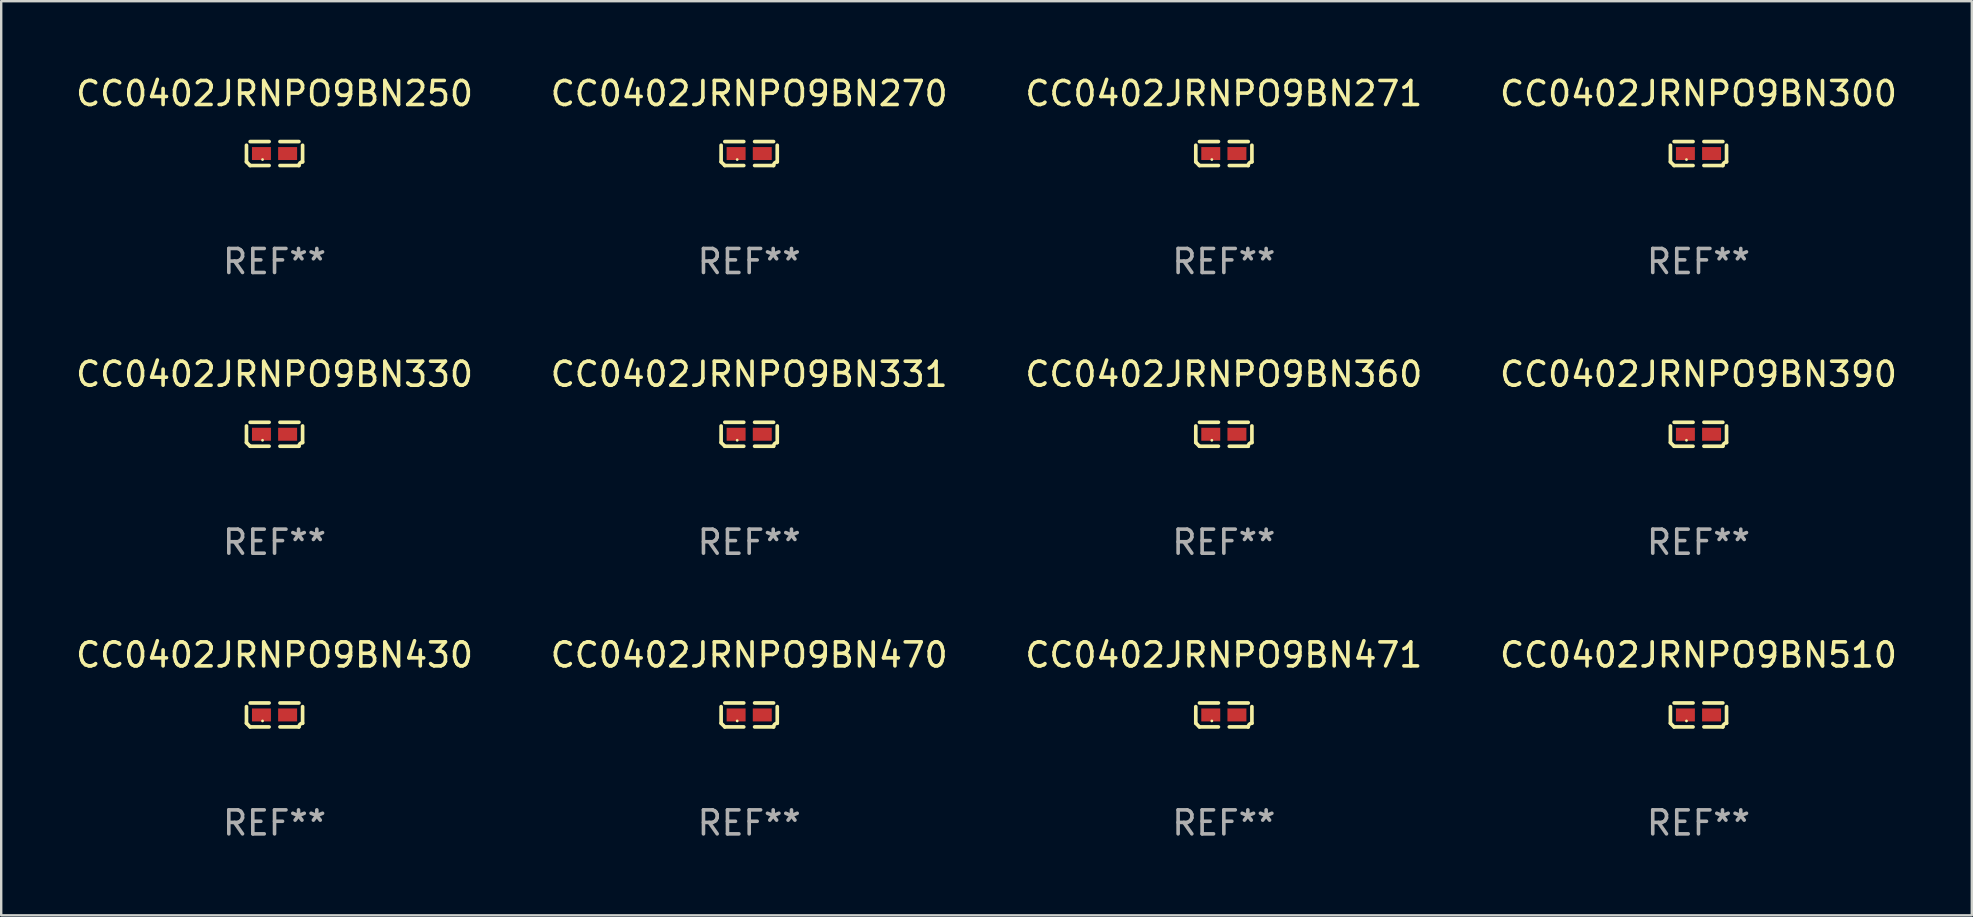
<source format=kicad_pcb>
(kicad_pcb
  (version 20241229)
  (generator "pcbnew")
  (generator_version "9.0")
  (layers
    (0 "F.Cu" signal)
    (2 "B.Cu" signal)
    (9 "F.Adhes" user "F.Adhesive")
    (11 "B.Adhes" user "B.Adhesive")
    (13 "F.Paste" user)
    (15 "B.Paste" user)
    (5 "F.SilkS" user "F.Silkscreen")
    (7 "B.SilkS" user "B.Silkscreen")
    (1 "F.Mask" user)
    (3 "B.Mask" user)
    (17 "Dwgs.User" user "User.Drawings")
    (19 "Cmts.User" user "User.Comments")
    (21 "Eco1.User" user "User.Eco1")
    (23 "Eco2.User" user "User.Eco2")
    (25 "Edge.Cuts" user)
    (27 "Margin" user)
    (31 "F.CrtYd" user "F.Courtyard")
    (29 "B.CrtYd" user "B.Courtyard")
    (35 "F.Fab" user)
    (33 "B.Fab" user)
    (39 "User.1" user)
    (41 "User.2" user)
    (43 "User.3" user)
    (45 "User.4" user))
  (footprint "CC0402JRNPO9BN510"
    (layer "F.Cu")
    (at 67.708 26.734)
    (property "Reference" "CC0402JRNPO9BN510" (at 0 -2.499 0) (layer "F.SilkS") (effects (font (size 1 1) (thickness 0.15))))
    (attr through_hole)
    (fp_line (start -1.169 0.346) (end -1.169 -0.346) (stroke (width 0.152) (type solid)) (layer "F.SilkS"))
    (fp_line (start -1.016 -0.499) (end -0.226 -0.499) (stroke (width 0.152) (type solid)) (layer "F.SilkS"))
    (fp_line (start -0.226 0.499) (end -1.016 0.499) (stroke (width 0.152) (type solid)) (layer "F.SilkS"))
    (fp_line (start 0.226 0.499) (end 1.016 0.499) (stroke (width 0.152) (type solid)) (layer "F.SilkS"))
    (fp_line (start 1.016 -0.499) (end 0.226 -0.499) (stroke (width 0.152) (type solid)) (layer "F.SilkS"))
    (fp_line (start 1.169 0.346) (end 1.169 -0.346) (stroke (width 0.152) (type solid)) (layer "F.SilkS"))
    (fp_arc (start -1.016307 0.498603) (mid -1.092512 0.422405) (end -1.16871 0.3462) (stroke (width 0.1524) (type solid)) (layer "F.SilkS"))
    (fp_arc (start 1.016307 0.498603) (mid 1.060899 0.390758) (end 1.168707 0.346076) (stroke (width 0.1524) (type solid)) (layer "F.SilkS"))
    (fp_circle (center -0.5 0.25) (end -0.47 0.25) (stroke (width 0.06) (type solid)) (fill no) (layer "F.SilkS"))
    (fp_text user "REF**" (at 0 4.499 0) (layer "F.Fab") (effects (font (size 1 1) (thickness 0.15))))
    (pad "1" smd rect (at -0.545 0) (size 0.79 0.54) (layers "F.Cu" "F.Mask" "F.Paste"))
    (pad "2" smd rect (at 0.545 0) (size 0.79 0.54) (layers "F.Cu" "F.Mask" "F.Paste")))
  (footprint "CC0402JRNPO9BN300"
    (layer "F.Cu")
    (at 67.708 3.347)
    (property "Reference" "CC0402JRNPO9BN300" (at 0 -2.499 0) (layer "F.SilkS") (effects (font (size 1 1) (thickness 0.15))))
    (attr through_hole)
    (fp_line (start -1.169 0.346) (end -1.169 -0.346) (stroke (width 0.152) (type solid)) (layer "F.SilkS"))
    (fp_line (start -1.016 -0.499) (end -0.226 -0.499) (stroke (width 0.152) (type solid)) (layer "F.SilkS"))
    (fp_line (start -0.226 0.499) (end -1.016 0.499) (stroke (width 0.152) (type solid)) (layer "F.SilkS"))
    (fp_line (start 0.226 0.499) (end 1.016 0.499) (stroke (width 0.152) (type solid)) (layer "F.SilkS"))
    (fp_line (start 1.016 -0.499) (end 0.226 -0.499) (stroke (width 0.152) (type solid)) (layer "F.SilkS"))
    (fp_line (start 1.169 0.346) (end 1.169 -0.346) (stroke (width 0.152) (type solid)) (layer "F.SilkS"))
    (fp_arc (start -1.016307 0.498603) (mid -1.092512 0.422405) (end -1.16871 0.3462) (stroke (width 0.1524) (type solid)) (layer "F.SilkS"))
    (fp_arc (start 1.016307 0.498603) (mid 1.060899 0.390758) (end 1.168707 0.346076) (stroke (width 0.1524) (type solid)) (layer "F.SilkS"))
    (fp_circle (center -0.5 0.25) (end -0.47 0.25) (stroke (width 0.06) (type solid)) (fill no) (layer "F.SilkS"))
    (fp_text user "REF**" (at 0 4.499 0) (layer "F.Fab") (effects (font (size 1 1) (thickness 0.15))))
    (pad "1" smd rect (at -0.545 0) (size 0.79 0.54) (layers "F.Cu" "F.Mask" "F.Paste"))
    (pad "2" smd rect (at 0.545 0) (size 0.79 0.54) (layers "F.Cu" "F.Mask" "F.Paste")))
  (footprint "CC0402JRNPO9BN471"
    (layer "F.Cu")
    (at 47.935 26.734)
    (property "Reference" "CC0402JRNPO9BN471" (at 0 -2.499 0) (layer "F.SilkS") (effects (font (size 1 1) (thickness 0.15))))
    (attr through_hole)
    (fp_line (start -1.169 0.346) (end -1.169 -0.346) (stroke (width 0.152) (type solid)) (layer "F.SilkS"))
    (fp_line (start -1.016 -0.499) (end -0.226 -0.499) (stroke (width 0.152) (type solid)) (layer "F.SilkS"))
    (fp_line (start -0.226 0.499) (end -1.016 0.499) (stroke (width 0.152) (type solid)) (layer "F.SilkS"))
    (fp_line (start 0.226 0.499) (end 1.016 0.499) (stroke (width 0.152) (type solid)) (layer "F.SilkS"))
    (fp_line (start 1.016 -0.499) (end 0.226 -0.499) (stroke (width 0.152) (type solid)) (layer "F.SilkS"))
    (fp_line (start 1.169 0.346) (end 1.169 -0.346) (stroke (width 0.152) (type solid)) (layer "F.SilkS"))
    (fp_arc (start -1.016307 0.498603) (mid -1.092512 0.422405) (end -1.16871 0.3462) (stroke (width 0.1524) (type solid)) (layer "F.SilkS"))
    (fp_arc (start 1.016307 0.498603) (mid 1.060899 0.390758) (end 1.168707 0.346076) (stroke (width 0.1524) (type solid)) (layer "F.SilkS"))
    (fp_circle (center -0.5 0.25) (end -0.47 0.25) (stroke (width 0.06) (type solid)) (fill no) (layer "F.SilkS"))
    (fp_text user "REF**" (at 0 4.499 0) (layer "F.Fab") (effects (font (size 1 1) (thickness 0.15))))
    (pad "1" smd rect (at -0.545 0) (size 0.79 0.54) (layers "F.Cu" "F.Mask" "F.Paste"))
    (pad "2" smd rect (at 0.545 0) (size 0.79 0.54) (layers "F.Cu" "F.Mask" "F.Paste")))
  (footprint "CC0402JRNPO9BN250"
    (layer "F.Cu")
    (at 8.387 3.347)
    (property "Reference" "CC0402JRNPO9BN250" (at 0 -2.499 0) (layer "F.SilkS") (effects (font (size 1 1) (thickness 0.15))))
    (attr through_hole)
    (fp_line (start -1.169 0.346) (end -1.169 -0.346) (stroke (width 0.152) (type solid)) (layer "F.SilkS"))
    (fp_line (start -1.016 -0.499) (end -0.226 -0.499) (stroke (width 0.152) (type solid)) (layer "F.SilkS"))
    (fp_line (start -0.226 0.499) (end -1.016 0.499) (stroke (width 0.152) (type solid)) (layer "F.SilkS"))
    (fp_line (start 0.226 0.499) (end 1.016 0.499) (stroke (width 0.152) (type solid)) (layer "F.SilkS"))
    (fp_line (start 1.016 -0.499) (end 0.226 -0.499) (stroke (width 0.152) (type solid)) (layer "F.SilkS"))
    (fp_line (start 1.169 0.346) (end 1.169 -0.346) (stroke (width 0.152) (type solid)) (layer "F.SilkS"))
    (fp_arc (start -1.016307 0.498603) (mid -1.092512 0.422405) (end -1.16871 0.3462) (stroke (width 0.1524) (type solid)) (layer "F.SilkS"))
    (fp_arc (start 1.016307 0.498603) (mid 1.060899 0.390758) (end 1.168707 0.346076) (stroke (width 0.1524) (type solid)) (layer "F.SilkS"))
    (fp_circle (center -0.5 0.25) (end -0.47 0.25) (stroke (width 0.06) (type solid)) (fill no) (layer "F.SilkS"))
    (fp_text user "REF**" (at 0 4.499 0) (layer "F.Fab") (effects (font (size 1 1) (thickness 0.15))))
    (pad "1" smd rect (at -0.545 0) (size 0.79 0.54) (layers "F.Cu" "F.Mask" "F.Paste"))
    (pad "2" smd rect (at 0.545 0) (size 0.79 0.54) (layers "F.Cu" "F.Mask" "F.Paste")))
  (footprint "CC0402JRNPO9BN470"
    (layer "F.Cu")
    (at 28.161 26.734)
    (property "Reference" "CC0402JRNPO9BN470" (at 0 -2.499 0) (layer "F.SilkS") (effects (font (size 1 1) (thickness 0.15))))
    (attr through_hole)
    (fp_line (start -1.169 0.346) (end -1.169 -0.346) (stroke (width 0.152) (type solid)) (layer "F.SilkS"))
    (fp_line (start -1.016 -0.499) (end -0.226 -0.499) (stroke (width 0.152) (type solid)) (layer "F.SilkS"))
    (fp_line (start -0.226 0.499) (end -1.016 0.499) (stroke (width 0.152) (type solid)) (layer "F.SilkS"))
    (fp_line (start 0.226 0.499) (end 1.016 0.499) (stroke (width 0.152) (type solid)) (layer "F.SilkS"))
    (fp_line (start 1.016 -0.499) (end 0.226 -0.499) (stroke (width 0.152) (type solid)) (layer "F.SilkS"))
    (fp_line (start 1.169 0.346) (end 1.169 -0.346) (stroke (width 0.152) (type solid)) (layer "F.SilkS"))
    (fp_arc (start -1.016307 0.498603) (mid -1.092512 0.422405) (end -1.16871 0.3462) (stroke (width 0.1524) (type solid)) (layer "F.SilkS"))
    (fp_arc (start 1.016307 0.498603) (mid 1.060899 0.390758) (end 1.168707 0.346076) (stroke (width 0.1524) (type solid)) (layer "F.SilkS"))
    (fp_circle (center -0.5 0.25) (end -0.47 0.25) (stroke (width 0.06) (type solid)) (fill no) (layer "F.SilkS"))
    (fp_text user "REF**" (at 0 4.499 0) (layer "F.Fab") (effects (font (size 1 1) (thickness 0.15))))
    (pad "1" smd rect (at -0.545 0) (size 0.79 0.54) (layers "F.Cu" "F.Mask" "F.Paste"))
    (pad "2" smd rect (at 0.545 0) (size 0.79 0.54) (layers "F.Cu" "F.Mask" "F.Paste")))
  (footprint "CC0402JRNPO9BN270"
    (layer "F.Cu")
    (at 28.161 3.347)
    (property "Reference" "CC0402JRNPO9BN270" (at 0 -2.499 0) (layer "F.SilkS") (effects (font (size 1 1) (thickness 0.15))))
    (attr through_hole)
    (fp_line (start -1.169 0.346) (end -1.169 -0.346) (stroke (width 0.152) (type solid)) (layer "F.SilkS"))
    (fp_line (start -1.016 -0.499) (end -0.226 -0.499) (stroke (width 0.152) (type solid)) (layer "F.SilkS"))
    (fp_line (start -0.226 0.499) (end -1.016 0.499) (stroke (width 0.152) (type solid)) (layer "F.SilkS"))
    (fp_line (start 0.226 0.499) (end 1.016 0.499) (stroke (width 0.152) (type solid)) (layer "F.SilkS"))
    (fp_line (start 1.016 -0.499) (end 0.226 -0.499) (stroke (width 0.152) (type solid)) (layer "F.SilkS"))
    (fp_line (start 1.169 0.346) (end 1.169 -0.346) (stroke (width 0.152) (type solid)) (layer "F.SilkS"))
    (fp_arc (start -1.016307 0.498603) (mid -1.092512 0.422405) (end -1.16871 0.3462) (stroke (width 0.1524) (type solid)) (layer "F.SilkS"))
    (fp_arc (start 1.016307 0.498603) (mid 1.060899 0.390758) (end 1.168707 0.346076) (stroke (width 0.1524) (type solid)) (layer "F.SilkS"))
    (fp_circle (center -0.5 0.25) (end -0.47 0.25) (stroke (width 0.06) (type solid)) (fill no) (layer "F.SilkS"))
    (fp_text user "REF**" (at 0 4.499 0) (layer "F.Fab") (effects (font (size 1 1) (thickness 0.15))))
    (pad "1" smd rect (at -0.545 0) (size 0.79 0.54) (layers "F.Cu" "F.Mask" "F.Paste"))
    (pad "2" smd rect (at 0.545 0) (size 0.79 0.54) (layers "F.Cu" "F.Mask" "F.Paste")))
  (footprint "CC0402JRNPO9BN430"
    (layer "F.Cu")
    (at 8.387 26.734)
    (property "Reference" "CC0402JRNPO9BN430" (at 0 -2.499 0) (layer "F.SilkS") (effects (font (size 1 1) (thickness 0.15))))
    (attr through_hole)
    (fp_line (start -1.169 0.346) (end -1.169 -0.346) (stroke (width 0.152) (type solid)) (layer "F.SilkS"))
    (fp_line (start -1.016 -0.499) (end -0.226 -0.499) (stroke (width 0.152) (type solid)) (layer "F.SilkS"))
    (fp_line (start -0.226 0.499) (end -1.016 0.499) (stroke (width 0.152) (type solid)) (layer "F.SilkS"))
    (fp_line (start 0.226 0.499) (end 1.016 0.499) (stroke (width 0.152) (type solid)) (layer "F.SilkS"))
    (fp_line (start 1.016 -0.499) (end 0.226 -0.499) (stroke (width 0.152) (type solid)) (layer "F.SilkS"))
    (fp_line (start 1.169 0.346) (end 1.169 -0.346) (stroke (width 0.152) (type solid)) (layer "F.SilkS"))
    (fp_arc (start -1.016307 0.498603) (mid -1.092512 0.422405) (end -1.16871 0.3462) (stroke (width 0.1524) (type solid)) (layer "F.SilkS"))
    (fp_arc (start 1.016307 0.498603) (mid 1.060899 0.390758) (end 1.168707 0.346076) (stroke (width 0.1524) (type solid)) (layer "F.SilkS"))
    (fp_circle (center -0.5 0.25) (end -0.47 0.25) (stroke (width 0.06) (type solid)) (fill no) (layer "F.SilkS"))
    (fp_text user "REF**" (at 0 4.499 0) (layer "F.Fab") (effects (font (size 1 1) (thickness 0.15))))
    (pad "1" smd rect (at -0.545 0) (size 0.79 0.54) (layers "F.Cu" "F.Mask" "F.Paste"))
    (pad "2" smd rect (at 0.545 0) (size 0.79 0.54) (layers "F.Cu" "F.Mask" "F.Paste")))
  (footprint "CC0402JRNPO9BN330"
    (layer "F.Cu")
    (at 8.387 15.041)
    (property "Reference" "CC0402JRNPO9BN330" (at 0 -2.499 0) (layer "F.SilkS") (effects (font (size 1 1) (thickness 0.15))))
    (attr through_hole)
    (fp_line (start -1.169 0.346) (end -1.169 -0.346) (stroke (width 0.152) (type solid)) (layer "F.SilkS"))
    (fp_line (start -1.016 -0.499) (end -0.226 -0.499) (stroke (width 0.152) (type solid)) (layer "F.SilkS"))
    (fp_line (start -0.226 0.499) (end -1.016 0.499) (stroke (width 0.152) (type solid)) (layer "F.SilkS"))
    (fp_line (start 0.226 0.499) (end 1.016 0.499) (stroke (width 0.152) (type solid)) (layer "F.SilkS"))
    (fp_line (start 1.016 -0.499) (end 0.226 -0.499) (stroke (width 0.152) (type solid)) (layer "F.SilkS"))
    (fp_line (start 1.169 0.346) (end 1.169 -0.346) (stroke (width 0.152) (type solid)) (layer "F.SilkS"))
    (fp_arc (start -1.016307 0.498603) (mid -1.092512 0.422405) (end -1.16871 0.3462) (stroke (width 0.1524) (type solid)) (layer "F.SilkS"))
    (fp_arc (start 1.016307 0.498603) (mid 1.060899 0.390758) (end 1.168707 0.346076) (stroke (width 0.1524) (type solid)) (layer "F.SilkS"))
    (fp_circle (center -0.5 0.25) (end -0.47 0.25) (stroke (width 0.06) (type solid)) (fill no) (layer "F.SilkS"))
    (fp_text user "REF**" (at 0 4.499 0) (layer "F.Fab") (effects (font (size 1 1) (thickness 0.15))))
    (pad "1" smd rect (at -0.545 0) (size 0.79 0.54) (layers "F.Cu" "F.Mask" "F.Paste"))
    (pad "2" smd rect (at 0.545 0) (size 0.79 0.54) (layers "F.Cu" "F.Mask" "F.Paste")))
  (footprint "CC0402JRNPO9BN331"
    (layer "F.Cu")
    (at 28.161 15.041)
    (property "Reference" "CC0402JRNPO9BN331" (at 0 -2.499 0) (layer "F.SilkS") (effects (font (size 1 1) (thickness 0.15))))
    (attr through_hole)
    (fp_line (start -1.169 0.346) (end -1.169 -0.346) (stroke (width 0.152) (type solid)) (layer "F.SilkS"))
    (fp_line (start -1.016 -0.499) (end -0.226 -0.499) (stroke (width 0.152) (type solid)) (layer "F.SilkS"))
    (fp_line (start -0.226 0.499) (end -1.016 0.499) (stroke (width 0.152) (type solid)) (layer "F.SilkS"))
    (fp_line (start 0.226 0.499) (end 1.016 0.499) (stroke (width 0.152) (type solid)) (layer "F.SilkS"))
    (fp_line (start 1.016 -0.499) (end 0.226 -0.499) (stroke (width 0.152) (type solid)) (layer "F.SilkS"))
    (fp_line (start 1.169 0.346) (end 1.169 -0.346) (stroke (width 0.152) (type solid)) (layer "F.SilkS"))
    (fp_arc (start -1.016307 0.498603) (mid -1.092512 0.422405) (end -1.16871 0.3462) (stroke (width 0.1524) (type solid)) (layer "F.SilkS"))
    (fp_arc (start 1.016307 0.498603) (mid 1.060899 0.390758) (end 1.168707 0.346076) (stroke (width 0.1524) (type solid)) (layer "F.SilkS"))
    (fp_circle (center -0.5 0.25) (end -0.47 0.25) (stroke (width 0.06) (type solid)) (fill no) (layer "F.SilkS"))
    (fp_text user "REF**" (at 0 4.499 0) (layer "F.Fab") (effects (font (size 1 1) (thickness 0.15))))
    (pad "1" smd rect (at -0.545 0) (size 0.79 0.54) (layers "F.Cu" "F.Mask" "F.Paste"))
    (pad "2" smd rect (at 0.545 0) (size 0.79 0.54) (layers "F.Cu" "F.Mask" "F.Paste")))
  (footprint "CC0402JRNPO9BN271"
    (layer "F.Cu")
    (at 47.935 3.347)
    (property "Reference" "CC0402JRNPO9BN271" (at 0 -2.499 0) (layer "F.SilkS") (effects (font (size 1 1) (thickness 0.15))))
    (attr through_hole)
    (fp_line (start -1.169 0.346) (end -1.169 -0.346) (stroke (width 0.152) (type solid)) (layer "F.SilkS"))
    (fp_line (start -1.016 -0.499) (end -0.226 -0.499) (stroke (width 0.152) (type solid)) (layer "F.SilkS"))
    (fp_line (start -0.226 0.499) (end -1.016 0.499) (stroke (width 0.152) (type solid)) (layer "F.SilkS"))
    (fp_line (start 0.226 0.499) (end 1.016 0.499) (stroke (width 0.152) (type solid)) (layer "F.SilkS"))
    (fp_line (start 1.016 -0.499) (end 0.226 -0.499) (stroke (width 0.152) (type solid)) (layer "F.SilkS"))
    (fp_line (start 1.169 0.346) (end 1.169 -0.346) (stroke (width 0.152) (type solid)) (layer "F.SilkS"))
    (fp_arc (start -1.016307 0.498603) (mid -1.092512 0.422405) (end -1.16871 0.3462) (stroke (width 0.1524) (type solid)) (layer "F.SilkS"))
    (fp_arc (start 1.016307 0.498603) (mid 1.060899 0.390758) (end 1.168707 0.346076) (stroke (width 0.1524) (type solid)) (layer "F.SilkS"))
    (fp_circle (center -0.5 0.25) (end -0.47 0.25) (stroke (width 0.06) (type solid)) (fill no) (layer "F.SilkS"))
    (fp_text user "REF**" (at 0 4.499 0) (layer "F.Fab") (effects (font (size 1 1) (thickness 0.15))))
    (pad "1" smd rect (at -0.545 0) (size 0.79 0.54) (layers "F.Cu" "F.Mask" "F.Paste"))
    (pad "2" smd rect (at 0.545 0) (size 0.79 0.54) (layers "F.Cu" "F.Mask" "F.Paste")))
  (footprint "CC0402JRNPO9BN390"
    (layer "F.Cu")
    (at 67.708 15.041)
    (property "Reference" "CC0402JRNPO9BN390" (at 0 -2.499 0) (layer "F.SilkS") (effects (font (size 1 1) (thickness 0.15))))
    (attr through_hole)
    (fp_line (start -1.169 0.346) (end -1.169 -0.346) (stroke (width 0.152) (type solid)) (layer "F.SilkS"))
    (fp_line (start -1.016 -0.499) (end -0.226 -0.499) (stroke (width 0.152) (type solid)) (layer "F.SilkS"))
    (fp_line (start -0.226 0.499) (end -1.016 0.499) (stroke (width 0.152) (type solid)) (layer "F.SilkS"))
    (fp_line (start 0.226 0.499) (end 1.016 0.499) (stroke (width 0.152) (type solid)) (layer "F.SilkS"))
    (fp_line (start 1.016 -0.499) (end 0.226 -0.499) (stroke (width 0.152) (type solid)) (layer "F.SilkS"))
    (fp_line (start 1.169 0.346) (end 1.169 -0.346) (stroke (width 0.152) (type solid)) (layer "F.SilkS"))
    (fp_arc (start -1.016307 0.498603) (mid -1.092512 0.422405) (end -1.16871 0.3462) (stroke (width 0.1524) (type solid)) (layer "F.SilkS"))
    (fp_arc (start 1.016307 0.498603) (mid 1.060899 0.390758) (end 1.168707 0.346076) (stroke (width 0.1524) (type solid)) (layer "F.SilkS"))
    (fp_circle (center -0.5 0.25) (end -0.47 0.25) (stroke (width 0.06) (type solid)) (fill no) (layer "F.SilkS"))
    (fp_text user "REF**" (at 0 4.499 0) (layer "F.Fab") (effects (font (size 1 1) (thickness 0.15))))
    (pad "1" smd rect (at -0.545 0) (size 0.79 0.54) (layers "F.Cu" "F.Mask" "F.Paste"))
    (pad "2" smd rect (at 0.545 0) (size 0.79 0.54) (layers "F.Cu" "F.Mask" "F.Paste")))
  (footprint "CC0402JRNPO9BN360"
    (layer "F.Cu")
    (at 47.935 15.041)
    (property "Reference" "CC0402JRNPO9BN360" (at 0 -2.499 0) (layer "F.SilkS") (effects (font (size 1 1) (thickness 0.15))))
    (attr through_hole)
    (fp_line (start -1.169 0.346) (end -1.169 -0.346) (stroke (width 0.152) (type solid)) (layer "F.SilkS"))
    (fp_line (start -1.016 -0.499) (end -0.226 -0.499) (stroke (width 0.152) (type solid)) (layer "F.SilkS"))
    (fp_line (start -0.226 0.499) (end -1.016 0.499) (stroke (width 0.152) (type solid)) (layer "F.SilkS"))
    (fp_line (start 0.226 0.499) (end 1.016 0.499) (stroke (width 0.152) (type solid)) (layer "F.SilkS"))
    (fp_line (start 1.016 -0.499) (end 0.226 -0.499) (stroke (width 0.152) (type solid)) (layer "F.SilkS"))
    (fp_line (start 1.169 0.346) (end 1.169 -0.346) (stroke (width 0.152) (type solid)) (layer "F.SilkS"))
    (fp_arc (start -1.016307 0.498603) (mid -1.092512 0.422405) (end -1.16871 0.3462) (stroke (width 0.1524) (type solid)) (layer "F.SilkS"))
    (fp_arc (start 1.016307 0.498603) (mid 1.060899 0.390758) (end 1.168707 0.346076) (stroke (width 0.1524) (type solid)) (layer "F.SilkS"))
    (fp_circle (center -0.5 0.25) (end -0.47 0.25) (stroke (width 0.06) (type solid)) (fill no) (layer "F.SilkS"))
    (fp_text user "REF**" (at 0 4.499 0) (layer "F.Fab") (effects (font (size 1 1) (thickness 0.15))))
    (pad "1" smd rect (at -0.545 0) (size 0.79 0.54) (layers "F.Cu" "F.Mask" "F.Paste"))
    (pad "2" smd rect (at 0.545 0) (size 0.79 0.54) (layers "F.Cu" "F.Mask" "F.Paste")))
  (gr_rect
    (start -3 -3)
    (end 79.095 35.081)
    (stroke (width 0.1) (type default))
    (fill no)
    (layer "Edge.Cuts")))
</source>
